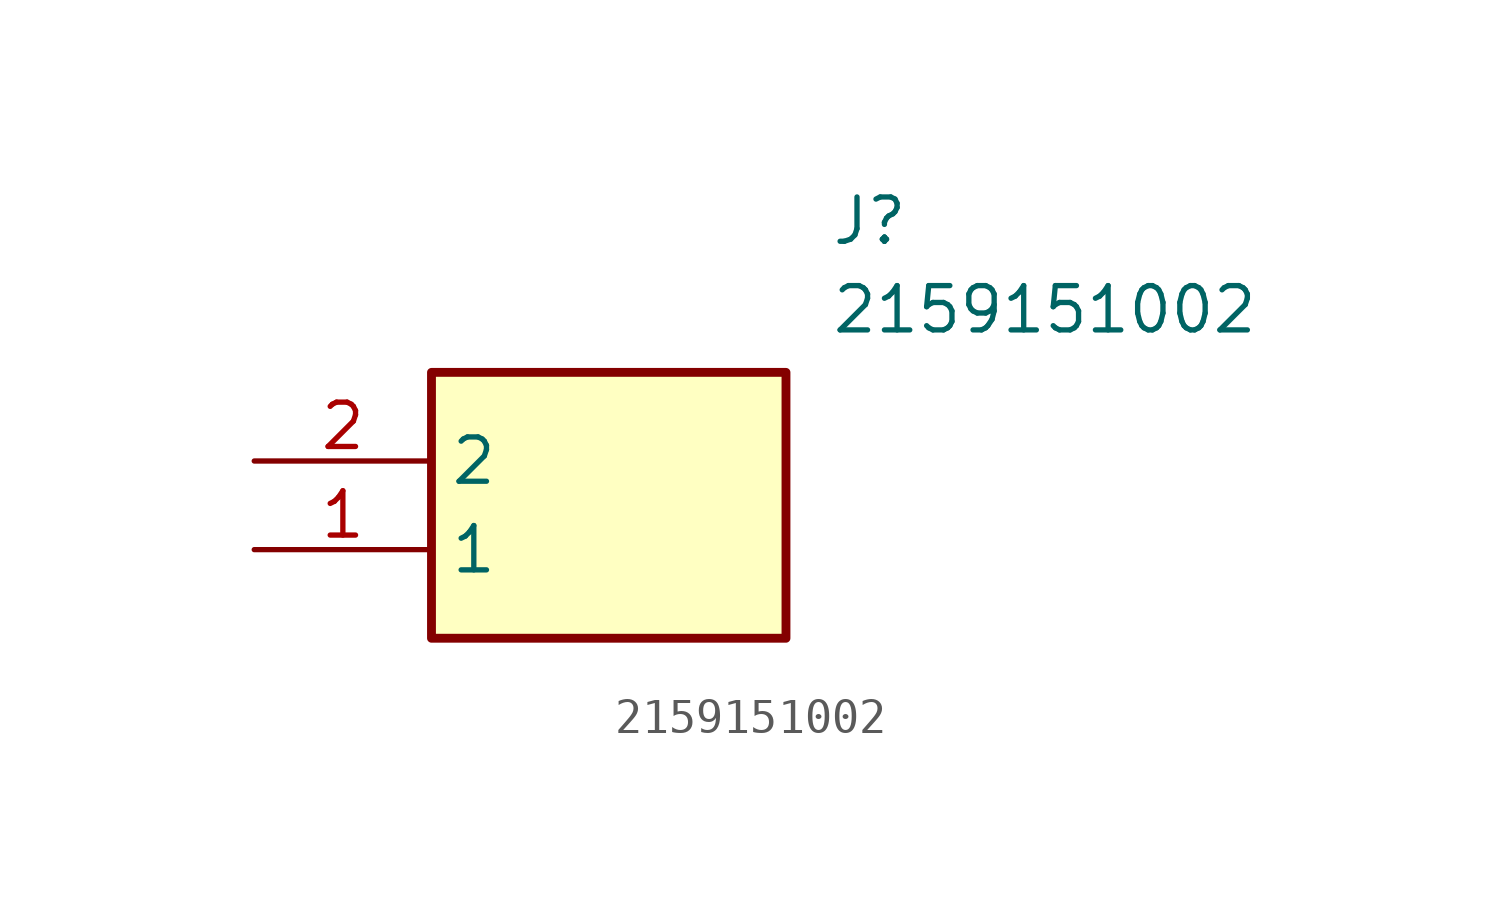
<source format=kicad_sym>
(kicad_symbol_lib
  (version 20211014)
  (generator SamacSys_ECAD_Model)
  (symbol "2159151002"
    (property "Reference" "J"
      (at 16.51 7.62 0)
      (effects (font (size 1.27 1.27)) (justify left top)))
    (property "Value" "2159151002"
      (at 16.51 5.08 0)
      (effects (font (size 1.27 1.27)) (justify left top)))
    (rectangle
      (start 5.08 2.54)
      (end 15.24 -5.08)
      (stroke (width 0.254) (type default))
      (fill (type background)))
    (pin passive line
      (at 0 -2.54 0)
      (length 5.08)
      (name "1" (effects (font (size 1.27 1.27))))
      (number "1" (effects (font (size 1.27 1.27)))))
    (pin passive line
      (at 0 0 0)
      (length 5.08)
      (name "2" (effects (font (size 1.27 1.27))))
      (number "2" (effects (font (size 1.27 1.27)))))))
</source>
